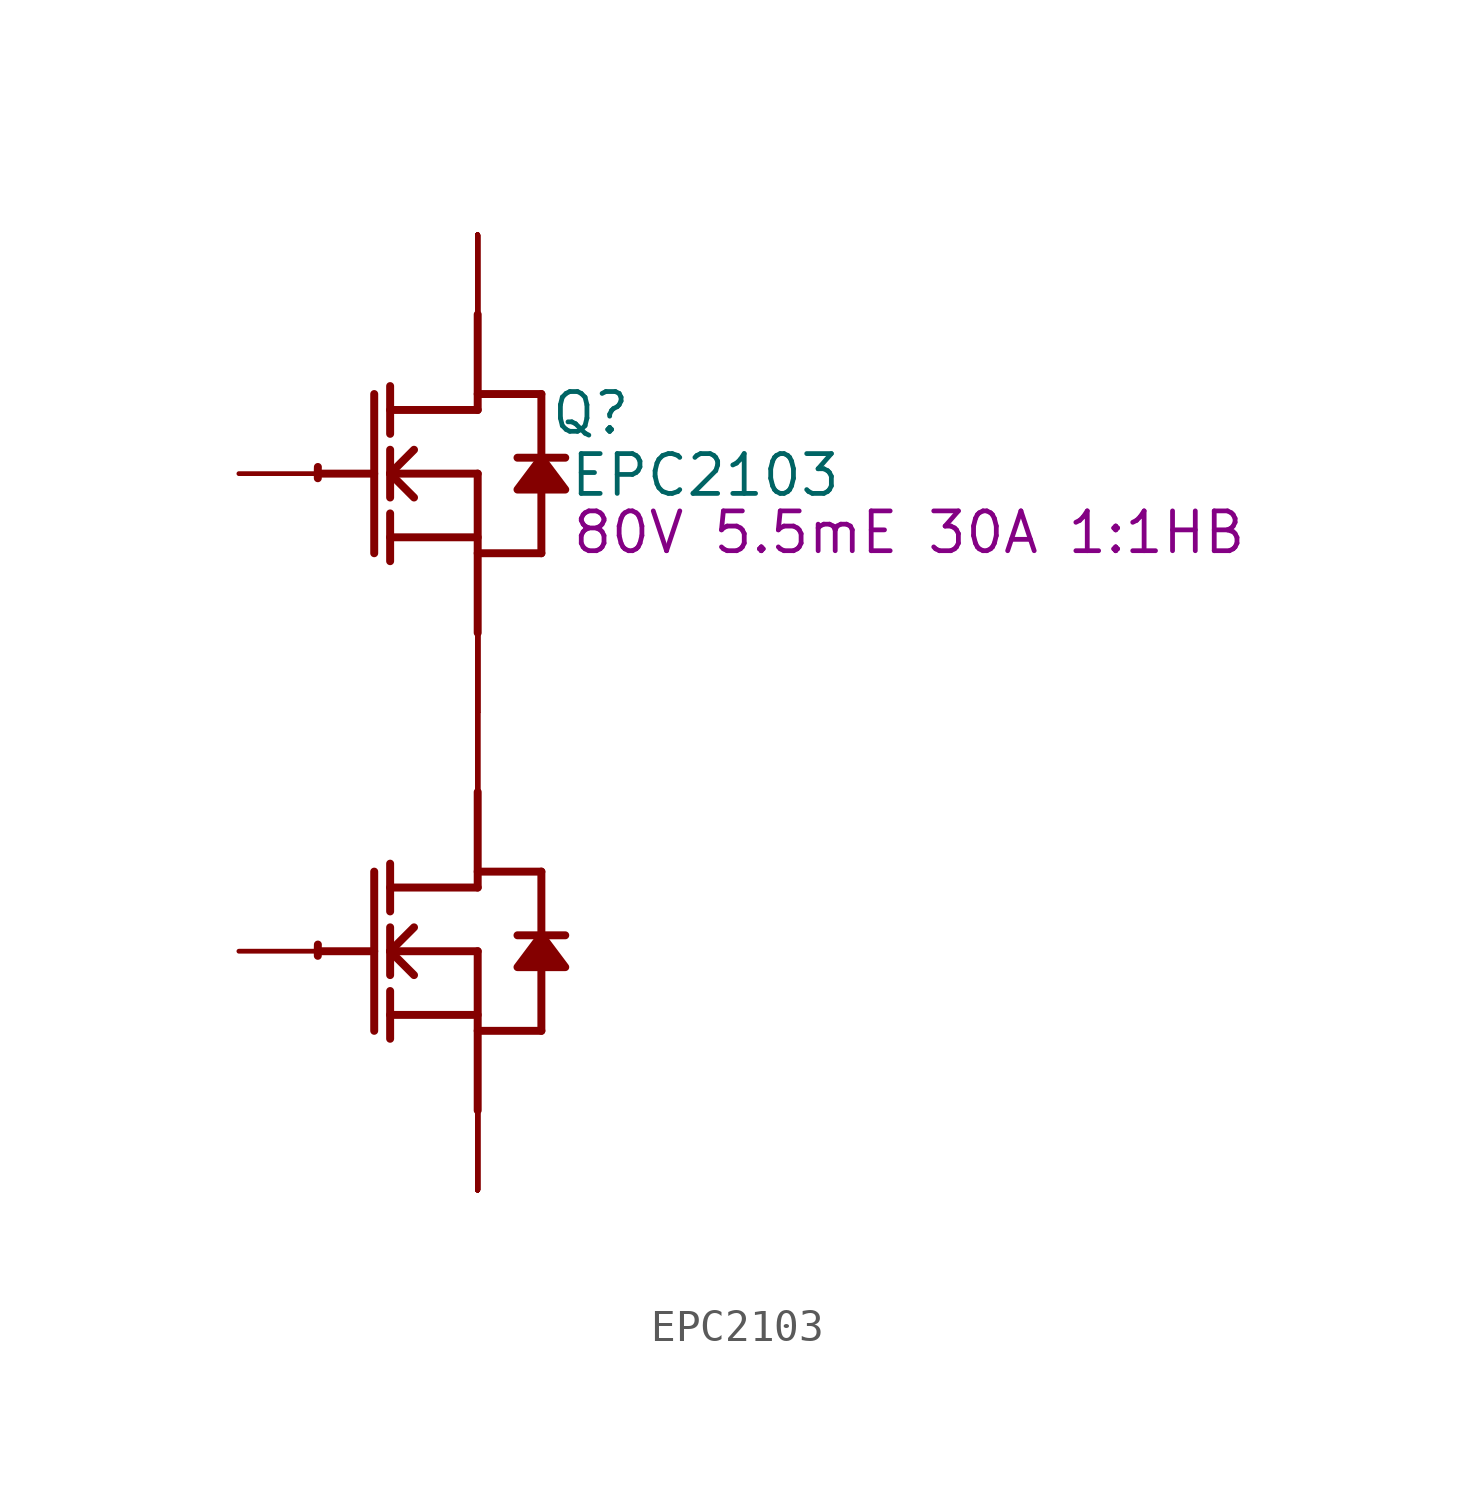
<source format=kicad_sym>
(kicad_symbol_lib
  (version 20241209)
  (generator "kicad_symbol_editor")
  (generator_version "9.0")
  (symbol "EPC2103"
    (property "Reference" "Q"
      (at 3.607 1.93 0)
      (effects (font (size 1.27 1.27))))
    (property "Value" "EPC2103"
      (at 7.264 -0.051 0)
      (effects (font (size 1.27 1.27))))
    (property "Description" "80V 5.5mE 30A 1:1HB"
      (at 13.767 -1.88 0)
      (effects (font (size 1.27 1.27))))
    (symbol "EPC2103_1_0"
      (polyline (pts (xy -5.08 0) (xy -3.302 0)) (stroke (width 0.254) (type solid)) (fill (type none)))
      (polyline (pts (xy -5.08 -15.24) (xy -3.302 -15.24)) (stroke (width 0.254) (type solid)) (fill (type none)))
      (polyline (pts (xy -3.302 2.54) (xy -3.302 -2.54)) (stroke (width 0.254) (type solid)) (fill (type none)))
      (polyline (pts (xy -3.302 -12.7) (xy -3.302 -17.78)) (stroke (width 0.254) (type solid)) (fill (type none)))
      (polyline (pts (xy -2.794 1.27) (xy -2.794 2.794)) (stroke (width 0.254) (type solid)) (fill (type none)))
      (polyline (pts (xy -2.794 0) (xy -2.032 0.762)) (stroke (width 0.254) (type solid)) (fill (type none)))
      (polyline (pts (xy -2.794 0) (xy 0 0)) (stroke (width 0.254) (type solid)) (fill (type none)))
      (polyline (pts (xy -2.794 -0.762) (xy -2.794 0.762)) (stroke (width 0.254) (type solid)) (fill (type none)))
      (polyline (pts (xy -2.794 -2.032) (xy 0 -2.032)) (stroke (width 0.254) (type solid)) (fill (type none)))
      (polyline (pts (xy -2.794 -2.794) (xy -2.794 -1.27)) (stroke (width 0.254) (type solid)) (fill (type none)))
      (polyline (pts (xy -2.794 -13.97) (xy -2.794 -12.446)) (stroke (width 0.254) (type solid)) (fill (type none)))
      (polyline (pts (xy -2.794 -15.24) (xy -2.032 -14.478)) (stroke (width 0.254) (type solid)) (fill (type none)))
      (polyline (pts (xy -2.794 -15.24) (xy 0 -15.24)) (stroke (width 0.254) (type solid)) (fill (type none)))
      (polyline (pts (xy -2.794 -16.002) (xy -2.794 -14.478)) (stroke (width 0.254) (type solid)) (fill (type none)))
      (polyline (pts (xy -2.794 -17.272) (xy 0 -17.272)) (stroke (width 0.254) (type solid)) (fill (type none)))
      (polyline (pts (xy -2.794 -18.034) (xy -2.794 -16.51)) (stroke (width 0.254) (type solid)) (fill (type none)))
      (polyline (pts (xy -2.032 -0.762) (xy -2.794 0)) (stroke (width 0.254) (type solid)) (fill (type none)))
      (polyline (pts (xy -2.032 -16.002) (xy -2.794 -15.24)) (stroke (width 0.254) (type solid)) (fill (type none)))
      (polyline (pts (xy 0 2.54) (xy 2.032 2.54)) (stroke (width 0.254) (type solid)) (fill (type none)))
      (polyline (pts (xy 0 2.032) (xy -2.794 2.032)) (stroke (width 0.254) (type solid)) (fill (type none)))
      (polyline (pts (xy 0 2.032) (xy 0 5.08)) (stroke (width 0.254) (type solid)) (fill (type none)))
      (polyline (pts (xy 0 0) (xy 0 -5.08)) (stroke (width 0.254) (type solid)) (fill (type none)))
      (polyline (pts (xy 0 -2.54) (xy 2.032 -2.54)) (stroke (width 0.254) (type solid)) (fill (type none)))
      (polyline (pts (xy 0 -12.7) (xy 2.032 -12.7)) (stroke (width 0.254) (type solid)) (fill (type none)))
      (polyline (pts (xy 0 -13.208) (xy -2.794 -13.208)) (stroke (width 0.254) (type solid)) (fill (type none)))
      (polyline (pts (xy 0 -13.208) (xy 0 -10.16)) (stroke (width 0.254) (type solid)) (fill (type none)))
      (polyline (pts (xy 0 -15.24) (xy 0 -20.32)) (stroke (width 0.254) (type solid)) (fill (type none)))
      (polyline (pts (xy 0 -17.78) (xy 2.032 -17.78)) (stroke (width 0.254) (type solid)) (fill (type none)))
      (arc (start -5.1019 -0.1467) (mid -5.1039 0.0331) (end -5.0996 0.2128) (stroke (width 0.254) (type solid)) (fill (type none)))
      (arc (start -5.1019 -15.3867) (mid -5.1039 -15.2069) (end -5.0996 -15.0272) (stroke (width 0.254) (type solid)) (fill (type none)))
      (polyline (pts (xy 2.032 2.54) (xy 2.032 0.508)) (stroke (width 0.254) (type solid)) (fill (type none)))
      (polyline (pts (xy 2.032 0.508) (xy 1.27 -0.508) (xy 2.794 -0.508) (xy 2.032 0.508)) (stroke (width 0.254) (type solid)) (fill (type outline)))
      (polyline (pts (xy 2.032 -0.508) (xy 2.032 -2.54)) (stroke (width 0.254) (type solid)) (fill (type none)))
      (polyline (pts (xy 2.032 -12.7) (xy 2.032 -14.732)) (stroke (width 0.254) (type solid)) (fill (type none)))
      (polyline (pts (xy 2.032 -14.732) (xy 1.27 -15.748) (xy 2.794 -15.748) (xy 2.032 -14.732)) (stroke (width 0.254) (type solid)) (fill (type outline)))
      (polyline (pts (xy 2.032 -15.748) (xy 2.032 -17.78)) (stroke (width 0.254) (type solid)) (fill (type none)))
      (polyline (pts (xy 2.794 0.508) (xy 1.27 0.508)) (stroke (width 0.254) (type solid)) (fill (type none)))
      (polyline (pts (xy 2.794 -14.732) (xy 1.27 -14.732)) (stroke (width 0.254) (type solid)) (fill (type none)))
      (pin passive line (at -7.62 0 0) (length 2.54) (name "G1" (effects (font (size 0 0)))) (number "2" (effects (font (size 0 0)))))
      (pin passive line (at -7.62 -15.24 0) (length 2.54) (name "G2" (effects (font (size 0 0)))) (number "4" (effects (font (size 0 0)))))
      (pin open_collector line (at 0 7.62 270) (length 2.54) (name "D1" (effects (font (size 0 0)))) (number "1" (effects (font (size 0 0)))))
      (pin open_collector line (at 0 7.62 270) (length 2.54) (name "D1" (effects (font (size 0 0)))) (number "11" (effects (font (size 0 0)))))
      (pin open_emitter line (at 0 7.62 270) (length 2.54) (name "D1" (effects (font (size 0 0)))) (number "12" (effects (font (size 0 0)))))
      (pin open_emitter line (at 0 7.62 270) (length 2.54) (name "D1" (effects (font (size 0 0)))) (number "13" (effects (font (size 0 0)))))
      (pin open_collector line (at 0 7.62 270) (length 2.54) (name "D1" (effects (font (size 0 0)))) (number "21" (effects (font (size 0 0)))))
      (pin open_emitter line (at 0 7.62 270) (length 2.54) (name "D1" (effects (font (size 0 0)))) (number "22" (effects (font (size 0 0)))))
      (pin open_emitter line (at 0 7.62 270) (length 2.54) (name "D1" (effects (font (size 0 0)))) (number "23" (effects (font (size 0 0)))))
      (pin open_collector line (at 0 7.62 270) (length 2.54) (name "D1" (effects (font (size 0 0)))) (number "31" (effects (font (size 0 0)))))
      (pin open_emitter line (at 0 7.62 270) (length 2.54) (name "D1" (effects (font (size 0 0)))) (number "32" (effects (font (size 0 0)))))
      (pin open_emitter line (at 0 7.62 270) (length 2.54) (name "D1" (effects (font (size 0 0)))) (number "33" (effects (font (size 0 0)))))
      (pin open_collector line (at 0 7.62 270) (length 2.54) (name "D1" (effects (font (size 0 0)))) (number "41" (effects (font (size 0 0)))))
      (pin open_emitter line (at 0 7.62 270) (length 2.54) (name "D1" (effects (font (size 0 0)))) (number "42" (effects (font (size 0 0)))))
      (pin open_collector line (at 0 7.62 270) (length 2.54) (name "D1" (effects (font (size 0 0)))) (number "51" (effects (font (size 0 0)))))
      (pin open_emitter line (at 0 7.62 270) (length 2.54) (name "D1" (effects (font (size 0 0)))) (number "52" (effects (font (size 0 0)))))
      (pin open_collector line (at 0 7.62 270) (length 2.54) (name "D1" (effects (font (size 0 0)))) (number "61" (effects (font (size 0 0)))))
      (pin open_emitter line (at 0 7.62 270) (length 2.54) (name "D1" (effects (font (size 0 0)))) (number "62" (effects (font (size 0 0)))))
      (pin open_collector line (at 0 7.62 270) (length 2.54) (name "D1" (effects (font (size 0 0)))) (number "71" (effects (font (size 0 0)))))
      (pin open_emitter line (at 0 7.62 270) (length 2.54) (name "D1" (effects (font (size 0 0)))) (number "72" (effects (font (size 0 0)))))
      (pin open_collector line (at 0 -7.62 270) (length 2.54) (name "D2" (effects (font (size 0 0)))) (number "10" (effects (font (size 0 0)))))
      (pin open_emitter line (at 0 -7.62 90) (length 2.54) (name "S1" (effects (font (size 0 0)))) (number "16" (effects (font (size 0 0)))))
      (pin open_collector line (at 0 -7.62 90) (length 2.54) (name "S1" (effects (font (size 0 0)))) (number "17" (effects (font (size 0 0)))))
      (pin open_collector line (at 0 -7.62 90) (length 2.54) (name "S1" (effects (font (size 0 0)))) (number "18" (effects (font (size 0 0)))))
      (pin open_collector line (at 0 -7.62 270) (length 2.54) (name "D2" (effects (font (size 0 0)))) (number "19" (effects (font (size 0 0)))))
      (pin open_collector line (at 0 -7.62 270) (length 2.54) (name "D2" (effects (font (size 0 0)))) (number "20" (effects (font (size 0 0)))))
      (pin open_emitter line (at 0 -7.62 90) (length 2.54) (name "S1" (effects (font (size 0 0)))) (number "26" (effects (font (size 0 0)))))
      (pin open_collector line (at 0 -7.62 90) (length 2.54) (name "S1" (effects (font (size 0 0)))) (number "27" (effects (font (size 0 0)))))
      (pin open_collector line (at 0 -7.62 90) (length 2.54) (name "S1" (effects (font (size 0 0)))) (number "28" (effects (font (size 0 0)))))
      (pin open_collector line (at 0 -7.62 270) (length 2.54) (name "D2" (effects (font (size 0 0)))) (number "29" (effects (font (size 0 0)))))
      (pin passive line (at 0 -7.62 90) (length 2.54) (name "SG1" (effects (font (size 0 0)))) (number "3" (effects (font (size 0 0)))))
      (pin open_collector line (at 0 -7.62 270) (length 2.54) (name "D2" (effects (font (size 0 0)))) (number "30" (effects (font (size 0 0)))))
      (pin open_emitter line (at 0 -7.62 90) (length 2.54) (name "S1" (effects (font (size 0 0)))) (number "36" (effects (font (size 0 0)))))
      (pin open_collector line (at 0 -7.62 90) (length 2.54) (name "S1" (effects (font (size 0 0)))) (number "37" (effects (font (size 0 0)))))
      (pin open_collector line (at 0 -7.62 90) (length 2.54) (name "S1" (effects (font (size 0 0)))) (number "38" (effects (font (size 0 0)))))
      (pin open_collector line (at 0 -7.62 270) (length 2.54) (name "D2" (effects (font (size 0 0)))) (number "39" (effects (font (size 0 0)))))
      (pin open_collector line (at 0 -7.62 270) (length 2.54) (name "D2" (effects (font (size 0 0)))) (number "40" (effects (font (size 0 0)))))
      (pin open_emitter line (at 0 -7.62 90) (length 2.54) (name "S1" (effects (font (size 0 0)))) (number "46" (effects (font (size 0 0)))))
      (pin open_collector line (at 0 -7.62 90) (length 2.54) (name "S1" (effects (font (size 0 0)))) (number "47" (effects (font (size 0 0)))))
      (pin open_collector line (at 0 -7.62 90) (length 2.54) (name "S1" (effects (font (size 0 0)))) (number "48" (effects (font (size 0 0)))))
      (pin open_collector line (at 0 -7.62 270) (length 2.54) (name "D2" (effects (font (size 0 0)))) (number "49" (effects (font (size 0 0)))))
      (pin open_collector line (at 0 -7.62 270) (length 2.54) (name "D2" (effects (font (size 0 0)))) (number "50" (effects (font (size 0 0)))))
      (pin open_emitter line (at 0 -7.62 90) (length 2.54) (name "S1" (effects (font (size 0 0)))) (number "56" (effects (font (size 0 0)))))
      (pin open_collector line (at 0 -7.62 90) (length 2.54) (name "S1" (effects (font (size 0 0)))) (number "57" (effects (font (size 0 0)))))
      (pin open_collector line (at 0 -7.62 90) (length 2.54) (name "S1" (effects (font (size 0 0)))) (number "58" (effects (font (size 0 0)))))
      (pin open_collector line (at 0 -7.62 270) (length 2.54) (name "D2" (effects (font (size 0 0)))) (number "59" (effects (font (size 0 0)))))
      (pin open_emitter line (at 0 -7.62 90) (length 2.54) (name "S1" (effects (font (size 0 0)))) (number "6" (effects (font (size 0 0)))))
      (pin open_collector line (at 0 -7.62 270) (length 2.54) (name "D2" (effects (font (size 0 0)))) (number "60" (effects (font (size 0 0)))))
      (pin open_emitter line (at 0 -7.62 90) (length 2.54) (name "S1" (effects (font (size 0 0)))) (number "66" (effects (font (size 0 0)))))
      (pin open_collector line (at 0 -7.62 90) (length 2.54) (name "S1" (effects (font (size 0 0)))) (number "67" (effects (font (size 0 0)))))
      (pin open_collector line (at 0 -7.62 90) (length 2.54) (name "S1" (effects (font (size 0 0)))) (number "68" (effects (font (size 0 0)))))
      (pin open_collector line (at 0 -7.62 270) (length 2.54) (name "D2" (effects (font (size 0 0)))) (number "69" (effects (font (size 0 0)))))
      (pin open_collector line (at 0 -7.62 90) (length 2.54) (name "S1" (effects (font (size 0 0)))) (number "7" (effects (font (size 0 0)))))
      (pin open_collector line (at 0 -7.62 270) (length 2.54) (name "D2" (effects (font (size 0 0)))) (number "70" (effects (font (size 0 0)))))
      (pin open_collector line (at 0 -7.62 90) (length 2.54) (name "S1" (effects (font (size 0 0)))) (number "8" (effects (font (size 0 0)))))
      (pin open_collector line (at 0 -7.62 270) (length 2.54) (name "D2" (effects (font (size 0 0)))) (number "9" (effects (font (size 0 0)))))
      (pin open_emitter line (at 0 -22.86 90) (length 2.54) (name "S2" (effects (font (size 0 0)))) (number "14" (effects (font (size 0 0)))))
      (pin open_emitter line (at 0 -22.86 90) (length 2.54) (name "S2" (effects (font (size 0 0)))) (number "15" (effects (font (size 0 0)))))
      (pin open_emitter line (at 0 -22.86 90) (length 2.54) (name "S2" (effects (font (size 0 0)))) (number "24" (effects (font (size 0 0)))))
      (pin open_emitter line (at 0 -22.86 90) (length 2.54) (name "S2" (effects (font (size 0 0)))) (number "25" (effects (font (size 0 0)))))
      (pin open_emitter line (at 0 -22.86 90) (length 2.54) (name "S2" (effects (font (size 0 0)))) (number "34" (effects (font (size 0 0)))))
      (pin open_emitter line (at 0 -22.86 90) (length 2.54) (name "S2" (effects (font (size 0 0)))) (number "35" (effects (font (size 0 0)))))
      (pin open_emitter line (at 0 -22.86 90) (length 2.54) (name "S2" (effects (font (size 0 0)))) (number "43" (effects (font (size 0 0)))))
      (pin open_emitter line (at 0 -22.86 90) (length 2.54) (name "S2" (effects (font (size 0 0)))) (number "44" (effects (font (size 0 0)))))
      (pin open_emitter line (at 0 -22.86 90) (length 2.54) (name "S2" (effects (font (size 0 0)))) (number "45" (effects (font (size 0 0)))))
      (pin open_emitter line (at 0 -22.86 90) (length 2.54) (name "S2" (effects (font (size 0 0)))) (number "5" (effects (font (size 0 0)))))
      (pin open_emitter line (at 0 -22.86 90) (length 2.54) (name "S2" (effects (font (size 0 0)))) (number "53" (effects (font (size 0 0)))))
      (pin open_emitter line (at 0 -22.86 90) (length 2.54) (name "S2" (effects (font (size 0 0)))) (number "54" (effects (font (size 0 0)))))
      (pin open_emitter line (at 0 -22.86 90) (length 2.54) (name "S2" (effects (font (size 0 0)))) (number "55" (effects (font (size 0 0)))))
      (pin open_emitter line (at 0 -22.86 90) (length 2.54) (name "S2" (effects (font (size 0 0)))) (number "63" (effects (font (size 0 0)))))
      (pin open_emitter line (at 0 -22.86 90) (length 2.54) (name "S2" (effects (font (size 0 0)))) (number "64" (effects (font (size 0 0)))))
      (pin open_emitter line (at 0 -22.86 90) (length 2.54) (name "S2" (effects (font (size 0 0)))) (number "65" (effects (font (size 0 0)))))
      (pin open_emitter line (at 0 -22.86 90) (length 2.54) (name "S2" (effects (font (size 0 0)))) (number "73" (effects (font (size 0 0)))))
      (pin open_emitter line (at 0 -22.86 90) (length 2.54) (name "S2" (effects (font (size 0 0)))) (number "74" (effects (font (size 0 0)))))
      (pin open_emitter line (at 0 -22.86 90) (length 2.54) (name "S2" (effects (font (size 0 0)))) (number "75" (effects (font (size 0 0))))))))
</source>
